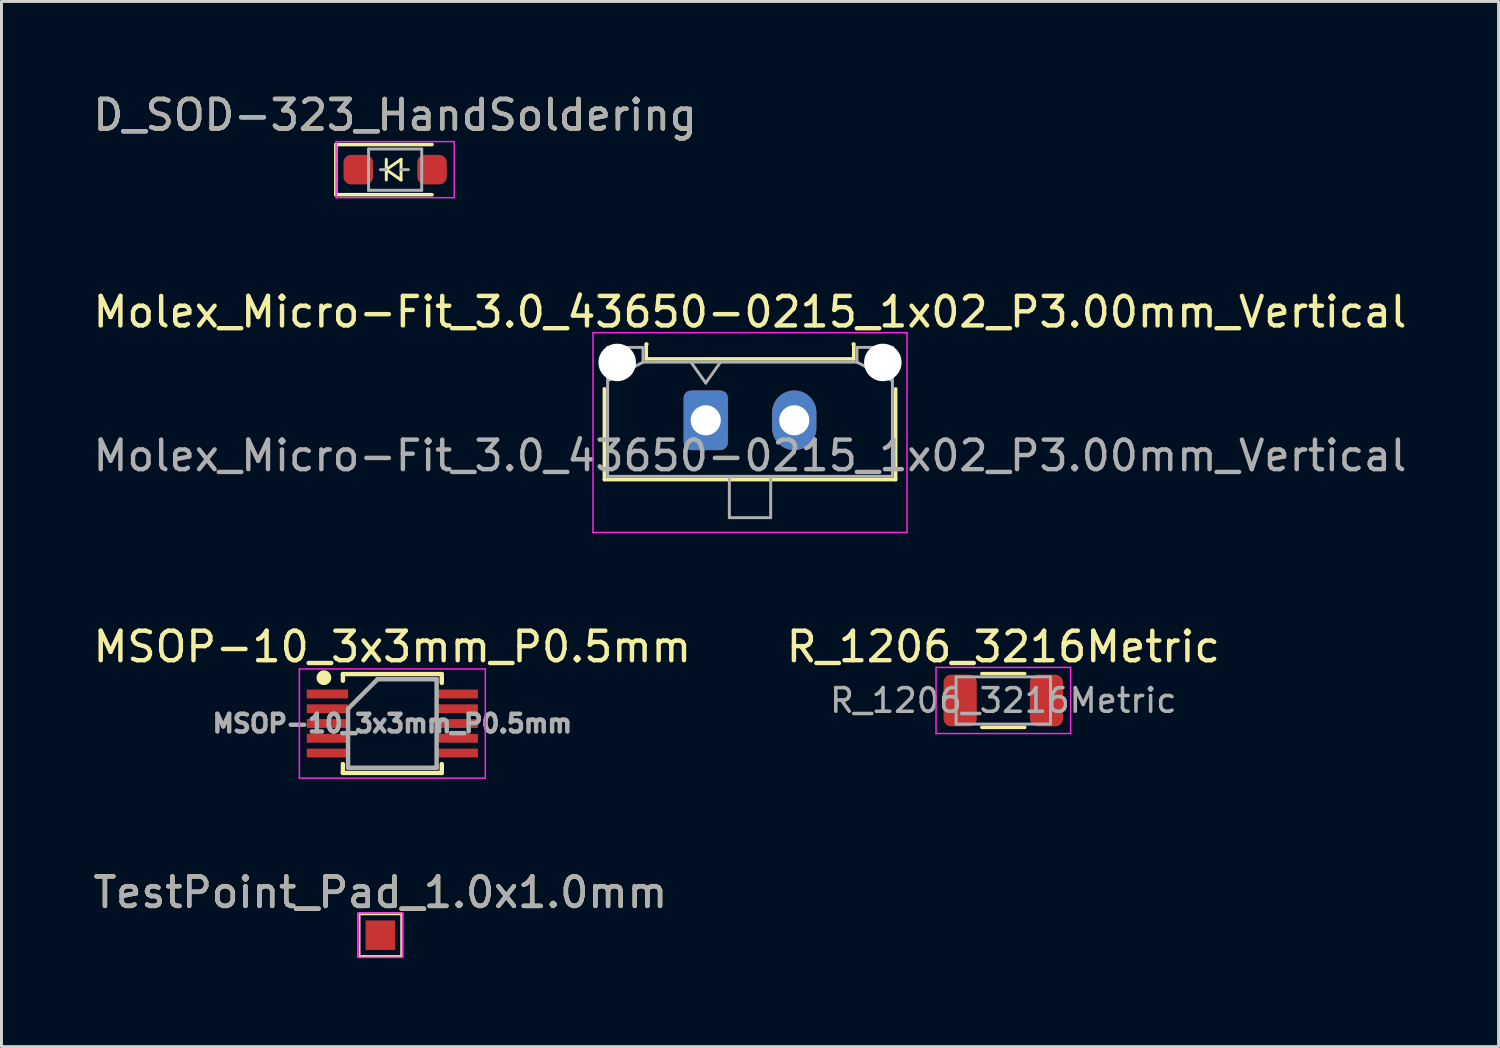
<source format=kicad_pcb>
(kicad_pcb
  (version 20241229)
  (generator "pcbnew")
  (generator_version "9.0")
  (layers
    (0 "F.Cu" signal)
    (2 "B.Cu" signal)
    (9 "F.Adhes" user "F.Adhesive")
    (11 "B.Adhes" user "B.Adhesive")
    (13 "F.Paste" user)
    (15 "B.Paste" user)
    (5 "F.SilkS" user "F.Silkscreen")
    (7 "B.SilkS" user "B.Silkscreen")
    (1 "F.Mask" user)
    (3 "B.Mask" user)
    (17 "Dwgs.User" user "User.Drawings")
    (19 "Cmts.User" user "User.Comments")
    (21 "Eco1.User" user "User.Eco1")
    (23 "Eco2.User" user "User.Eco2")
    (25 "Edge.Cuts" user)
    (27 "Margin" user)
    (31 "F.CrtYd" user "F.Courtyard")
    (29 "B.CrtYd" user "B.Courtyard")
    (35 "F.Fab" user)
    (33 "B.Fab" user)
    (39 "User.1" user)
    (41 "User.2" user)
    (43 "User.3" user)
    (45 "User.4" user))
  (footprint "Molex_Micro-Fit_3.0_43650-0215_1x02_P3.00mm_Vertical"
    (layer "F.Cu")
    (at 20.863 11.191)
    (property "Reference" "Molex_Micro-Fit_3.0_43650-0215_1x02_P3.00mm_Vertical" (at 1.5 -3.67 0) (layer "F.SilkS") (effects (font (size 1 1) (thickness 0.15))))
    (attr through_hole)
    (fp_line (start -3.435 -1.065) (end -3.435 2.01) (stroke (width 0.12) (type solid)) (layer "F.SilkS"))
    (fp_line (start -3.435 2.01) (end 6.435 2.01) (stroke (width 0.12) (type solid)) (layer "F.SilkS"))
    (fp_line (start -2.015 -2.58) (end -2.015 -2.08) (stroke (width 0.12) (type solid)) (layer "F.SilkS"))
    (fp_line (start -2.015 -2.08) (end 5.015 -2.08) (stroke (width 0.12) (type solid)) (layer "F.SilkS"))
    (fp_line (start -1.995 -2.58) (end -2.015 -2.58) (stroke (width 0.12) (type solid)) (layer "F.SilkS"))
    (fp_line (start 5.015 -2.58) (end 4.995 -2.58) (stroke (width 0.12) (type solid)) (layer "F.SilkS"))
    (fp_line (start 5.015 -2.08) (end 5.015 -2.58) (stroke (width 0.12) (type solid)) (layer "F.SilkS"))
    (fp_line (start 6.435 2.01) (end 6.435 -1.065) (stroke (width 0.12) (type solid)) (layer "F.SilkS"))
    (fp_line (start -3.82 -2.97) (end 6.82 -2.97) (stroke (width 0.05) (type solid)) (layer "F.CrtYd"))
    (fp_line (start -3.82 3.8) (end -3.82 -2.97) (stroke (width 0.05) (type solid)) (layer "F.CrtYd"))
    (fp_line (start 6.82 -2.97) (end 6.82 3.8) (stroke (width 0.05) (type solid)) (layer "F.CrtYd"))
    (fp_line (start 6.82 3.8) (end -3.82 3.8) (stroke (width 0.05) (type solid)) (layer "F.CrtYd"))
    (fp_line (start -3.325 -2.47) (end -3.325 1.9) (stroke (width 0.1) (type solid)) (layer "F.Fab"))
    (fp_line (start -3.325 -1.34) (end -2.125 -1.97) (stroke (width 0.1) (type solid)) (layer "F.Fab"))
    (fp_line (start -3.325 1.9) (end 6.325 1.9) (stroke (width 0.1) (type solid)) (layer "F.Fab"))
    (fp_line (start -2.125 -2.47) (end -3.325 -2.47) (stroke (width 0.1) (type solid)) (layer "F.Fab"))
    (fp_line (start -2.125 -1.97) (end -2.125 -2.47) (stroke (width 0.1) (type solid)) (layer "F.Fab"))
    (fp_line (start -0.5 -1.97) (end 0 -1.263) (stroke (width 0.1) (type solid)) (layer "F.Fab"))
    (fp_line (start 0 -1.263) (end 0.5 -1.97) (stroke (width 0.1) (type solid)) (layer "F.Fab"))
    (fp_line (start 0.8 1.9) (end 0.8 3.3) (stroke (width 0.1) (type solid)) (layer "F.Fab"))
    (fp_line (start 0.8 3.3) (end 2.2 3.3) (stroke (width 0.1) (type solid)) (layer "F.Fab"))
    (fp_line (start 2.2 3.3) (end 2.2 1.9) (stroke (width 0.1) (type solid)) (layer "F.Fab"))
    (fp_line (start 5.125 -2.47) (end 5.125 -1.97) (stroke (width 0.1) (type solid)) (layer "F.Fab"))
    (fp_line (start 5.125 -1.97) (end -2.125 -1.97) (stroke (width 0.1) (type solid)) (layer "F.Fab"))
    (fp_line (start 6.325 -2.47) (end 5.125 -2.47) (stroke (width 0.1) (type solid)) (layer "F.Fab"))
    (fp_line (start 6.325 -1.34) (end 5.125 -1.97) (stroke (width 0.1) (type solid)) (layer "F.Fab"))
    (fp_line (start 6.325 1.9) (end 6.325 -2.47) (stroke (width 0.1) (type solid)) (layer "F.Fab"))
    (fp_text user "${REFERENCE}" (at 1.5 1.2 0) (layer "F.Fab") (effects (font (size 1 1) (thickness 0.15))))
    (pad "" np_thru_hole circle (at -3 -1.96) (size 1.27 1.27) (drill 1.27) (layers "*.Cu" "*.Mask"))
    (pad "" np_thru_hole circle (at 6 -1.96) (size 1.27 1.27) (drill 1.27) (layers "*.Cu" "*.Mask"))
    (pad "1" thru_hole roundrect (at 0 0) (size 1.5 2.02) (drill 1.02) (layers "*.Cu" "*.Mask") (roundrect_rratio 0.167))
    (pad "2" thru_hole oval (at 3 0) (size 1.5 2.02) (drill 1.02) (layers "*.Cu" "*.Mask")))
  (footprint "TestPoint_Pad_1.0x1.0mm"
    (layer "F.Cu")
    (at 9.839 28.638)
    (property "Reference" "TestPoint_Pad_1.0x1.0mm" (at 0 -1.448 0) (layer "F.SilkS") (effects (font (size 1 1) (thickness 0.15))))
    (attr exclude_from_pos_files exclude_from_bom)
    (fp_line (start -0.725 -0.725) (end 0.725 -0.725) (stroke (width 0.1) (type solid)) (layer "F.SilkS"))
    (fp_line (start -0.725 0.725) (end -0.725 -0.725) (stroke (width 0.1) (type solid)) (layer "F.SilkS"))
    (fp_line (start 0.725 -0.725) (end 0.725 0.725) (stroke (width 0.1) (type solid)) (layer "F.SilkS"))
    (fp_line (start 0.725 0.725) (end -0.725 0.725) (stroke (width 0.1) (type solid)) (layer "F.SilkS"))
    (fp_line (start -0.75 -0.75) (end -0.75 0.75) (stroke (width 0.05) (type solid)) (layer "F.CrtYd"))
    (fp_line (start -0.75 -0.75) (end 0.75 -0.75) (stroke (width 0.05) (type solid)) (layer "F.CrtYd"))
    (fp_line (start 0.75 0.75) (end -0.75 0.75) (stroke (width 0.05) (type solid)) (layer "F.CrtYd"))
    (fp_line (start 0.75 0.75) (end 0.75 -0.75) (stroke (width 0.05) (type solid)) (layer "F.CrtYd"))
    (fp_text user "${REFERENCE}" (at 0 -1.45 0) (layer "F.Fab") (effects (font (size 1 1) (thickness 0.15))))
    (pad "1" smd rect (at 0 0) (size 1 1) (layers "F.Cu" "F.Mask")))
  (footprint "R_1206_3216Metric"
    (layer "F.Cu")
    (at 30.946 20.685)
    (property "Reference" "R_1206_3216Metric" (at 0 -1.82 0) (layer "F.SilkS") (effects (font (size 1 1) (thickness 0.15))))
    (attr smd)
    (fp_line (start -0.727 -0.91) (end 0.727 -0.91) (stroke (width 0.12) (type solid)) (layer "F.SilkS"))
    (fp_line (start -0.727 0.91) (end 0.727 0.91) (stroke (width 0.12) (type solid)) (layer "F.SilkS"))
    (fp_line (start -2.28 -1.12) (end 2.28 -1.12) (stroke (width 0.05) (type solid)) (layer "F.CrtYd"))
    (fp_line (start -2.28 1.12) (end -2.28 -1.12) (stroke (width 0.05) (type solid)) (layer "F.CrtYd"))
    (fp_line (start 2.28 -1.12) (end 2.28 1.12) (stroke (width 0.05) (type solid)) (layer "F.CrtYd"))
    (fp_line (start 2.28 1.12) (end -2.28 1.12) (stroke (width 0.05) (type solid)) (layer "F.CrtYd"))
    (fp_line (start -1.6 -0.8) (end 1.6 -0.8) (stroke (width 0.1) (type solid)) (layer "F.Fab"))
    (fp_line (start -1.6 0.8) (end -1.6 -0.8) (stroke (width 0.1) (type solid)) (layer "F.Fab"))
    (fp_line (start 1.6 -0.8) (end 1.6 0.8) (stroke (width 0.1) (type solid)) (layer "F.Fab"))
    (fp_line (start 1.6 0.8) (end -1.6 0.8) (stroke (width 0.1) (type solid)) (layer "F.Fab"))
    (fp_text user "${REFERENCE}" (at 0 0 0) (layer "F.Fab") (effects (font (size 0.8 0.8) (thickness 0.12))))
    (pad "1" smd roundrect (at -1.462 0) (size 1.125 1.75) (layers "F.Cu" "F.Mask" "F.Paste") (roundrect_rratio 0.222))
    (pad "2" smd roundrect (at 1.462 0) (size 1.125 1.75) (layers "F.Cu" "F.Mask" "F.Paste") (roundrect_rratio 0.222))
    (zone (net_name "") (layer "F.Cu") (hatch edge 0.5) (connect_pads) (min_thickness 0.25) (filled_areas_thickness no) (keepout (tracks not_allowed) (vias not_allowed) (pads allowed) (copperpour not_allowed) (footprints allowed)) (placement (enabled no)) (fill) (polygon (pts (xy 31.596 21.65) (xy 31.596 19.71) (xy 30.296 19.71) (xy 30.296 21.65)))))
  (footprint "D_SOD-323_HandSoldering"
    (layer "F.Cu")
    (at 10.339 2.698)
    (property "Reference" "D_SOD-323_HandSoldering" (at 0 -1.85 0) (layer "F.SilkS") (effects (font (size 1 1) (thickness 0.15))))
    (attr smd)
    (fp_line (start -2.01 -0.85) (end -2.01 0.85) (stroke (width 0.12) (type solid)) (layer "F.SilkS"))
    (fp_line (start -2.01 -0.85) (end 1.25 -0.85) (stroke (width 0.12) (type solid)) (layer "F.SilkS"))
    (fp_line (start -2.01 0.85) (end 1.25 0.85) (stroke (width 0.12) (type solid)) (layer "F.SilkS"))
    (fp_line (start -0.3 -0.35) (end -0.3 0.35) (stroke (width 0.1) (type solid)) (layer "F.SilkS"))
    (fp_line (start -0.3 0) (end 0.2 -0.35) (stroke (width 0.1) (type solid)) (layer "F.SilkS"))
    (fp_line (start 0.2 -0.35) (end 0.2 0.35) (stroke (width 0.1) (type solid)) (layer "F.SilkS"))
    (fp_line (start 0.2 0.35) (end -0.3 0) (stroke (width 0.1) (type solid)) (layer "F.SilkS"))
    (fp_line (start -2 -0.95) (end -2 0.95) (stroke (width 0.05) (type solid)) (layer "F.CrtYd"))
    (fp_line (start -2 -0.95) (end 2 -0.95) (stroke (width 0.05) (type solid)) (layer "F.CrtYd"))
    (fp_line (start -2 0.95) (end 2 0.95) (stroke (width 0.05) (type solid)) (layer "F.CrtYd"))
    (fp_line (start 2 -0.95) (end 2 0.95) (stroke (width 0.05) (type solid)) (layer "F.CrtYd"))
    (fp_line (start -0.9 -0.7) (end 0.9 -0.7) (stroke (width 0.1) (type solid)) (layer "F.Fab"))
    (fp_line (start -0.9 0.7) (end -0.9 -0.7) (stroke (width 0.1) (type solid)) (layer "F.Fab"))
    (fp_line (start -0.3 0) (end -0.5 0) (stroke (width 0.1) (type solid)) (layer "F.Fab"))
    (fp_line (start 0.2 0) (end 0.45 0) (stroke (width 0.1) (type solid)) (layer "F.Fab"))
    (fp_line (start 0.9 -0.7) (end 0.9 0.7) (stroke (width 0.1) (type solid)) (layer "F.Fab"))
    (fp_line (start 0.9 0.7) (end -0.9 0.7) (stroke (width 0.1) (type solid)) (layer "F.Fab"))
    (fp_text user "${REFERENCE}" (at 0 -1.85 0) (layer "F.Fab") (effects (font (size 1 1) (thickness 0.15))))
    (pad "1" smd roundrect (at -1.25 0) (size 1 1) (layers "F.Cu" "F.Mask" "F.Paste") (roundrect_rratio 0.25))
    (pad "2" smd roundrect (at 1.25 0) (size 1 1) (layers "F.Cu" "F.Mask" "F.Paste") (roundrect_rratio 0.25))
    (zone (net_name "") (layer "F.Cu") (hatch edge 0.5) (connect_pads) (min_thickness 0.25) (filled_areas_thickness no) (keepout (tracks allowed) (vias allowed) (pads allowed) (copperpour not_allowed) (footprints allowed)) (placement (enabled no)) (fill) (polygon (pts (xy 9.839 1.798) (xy 9.839 3.598) (xy 10.839 3.598) (xy 10.839 1.798)))))
  (footprint "MSOP-10_3x3mm_P0.5mm"
    (layer "F.Cu")
    (at 10.244 21.465)
    (property "Reference" "MSOP-10_3x3mm_P0.5mm" (at 0 -2.6 0) (layer "F.SilkS") (effects (font (size 1 1) (thickness 0.15))))
    (attr smd)
    (fp_line (start -1.675 -1.675) (end -1.675 -1.45) (stroke (width 0.15) (type solid)) (layer "F.SilkS"))
    (fp_line (start -1.675 -1.675) (end 1.675 -1.675) (stroke (width 0.15) (type solid)) (layer "F.SilkS"))
    (fp_line (start -1.675 1.675) (end -1.675 1.375) (stroke (width 0.15) (type solid)) (layer "F.SilkS"))
    (fp_line (start -1.675 1.675) (end 1.675 1.675) (stroke (width 0.15) (type solid)) (layer "F.SilkS"))
    (fp_line (start 1.675 -1.675) (end 1.675 -1.375) (stroke (width 0.15) (type solid)) (layer "F.SilkS"))
    (fp_line (start 1.675 1.675) (end 1.675 1.375) (stroke (width 0.15) (type solid)) (layer "F.SilkS"))
    (fp_circle (center -2.319 -1.551) (end -2.119 -1.551) (stroke (width 0.1) (type solid)) (fill yes) (layer "F.SilkS"))
    (fp_line (start -3.15 -1.85) (end -3.15 1.85) (stroke (width 0.05) (type solid)) (layer "F.CrtYd"))
    (fp_line (start -3.15 -1.85) (end 3.15 -1.85) (stroke (width 0.05) (type solid)) (layer "F.CrtYd"))
    (fp_line (start -3.15 1.85) (end 3.15 1.85) (stroke (width 0.05) (type solid)) (layer "F.CrtYd"))
    (fp_line (start 3.15 -1.85) (end 3.15 1.85) (stroke (width 0.05) (type solid)) (layer "F.CrtYd"))
    (fp_line (start -1.5 -0.5) (end -0.5 -1.5) (stroke (width 0.15) (type solid)) (layer "F.Fab"))
    (fp_line (start -1.5 1.5) (end -1.5 -0.5) (stroke (width 0.15) (type solid)) (layer "F.Fab"))
    (fp_line (start -0.5 -1.5) (end 1.5 -1.5) (stroke (width 0.15) (type solid)) (layer "F.Fab"))
    (fp_line (start 1.5 -1.5) (end 1.5 1.5) (stroke (width 0.15) (type solid)) (layer "F.Fab"))
    (fp_line (start 1.5 1.5) (end -1.5 1.5) (stroke (width 0.15) (type solid)) (layer "F.Fab"))
    (fp_text user "${REFERENCE}" (at 0 0 0) (layer "F.Fab") (effects (font (size 0.6 0.6) (thickness 0.15))))
    (pad "1" smd rect (at -2.2 -1) (size 1.4 0.3) (layers "F.Cu" "F.Mask" "F.Paste"))
    (pad "2" smd rect (at -2.2 -0.5) (size 1.4 0.3) (layers "F.Cu" "F.Mask" "F.Paste"))
    (pad "3" smd rect (at -2.2 0) (size 1.4 0.3) (layers "F.Cu" "F.Mask" "F.Paste"))
    (pad "4" smd rect (at -2.2 0.5) (size 1.4 0.3) (layers "F.Cu" "F.Mask" "F.Paste"))
    (pad "5" smd rect (at -2.2 1) (size 1.4 0.3) (layers "F.Cu" "F.Mask" "F.Paste"))
    (pad "6" smd rect (at 2.2 1) (size 1.4 0.3) (layers "F.Cu" "F.Mask" "F.Paste"))
    (pad "7" smd rect (at 2.2 0.5) (size 1.4 0.3) (layers "F.Cu" "F.Mask" "F.Paste"))
    (pad "8" smd rect (at 2.2 0) (size 1.4 0.3) (layers "F.Cu" "F.Mask" "F.Paste"))
    (pad "9" smd rect (at 2.2 -0.5) (size 1.4 0.3) (layers "F.Cu" "F.Mask" "F.Paste"))
    (pad "10" smd rect (at 2.2 -1) (size 1.4 0.3) (layers "F.Cu" "F.Mask" "F.Paste")))
  (gr_rect
    (start -3 -3)
    (end 47.726 32.413)
    (stroke (width 0.1) (type default))
    (fill no)
    (layer "Edge.Cuts")))
</source>
